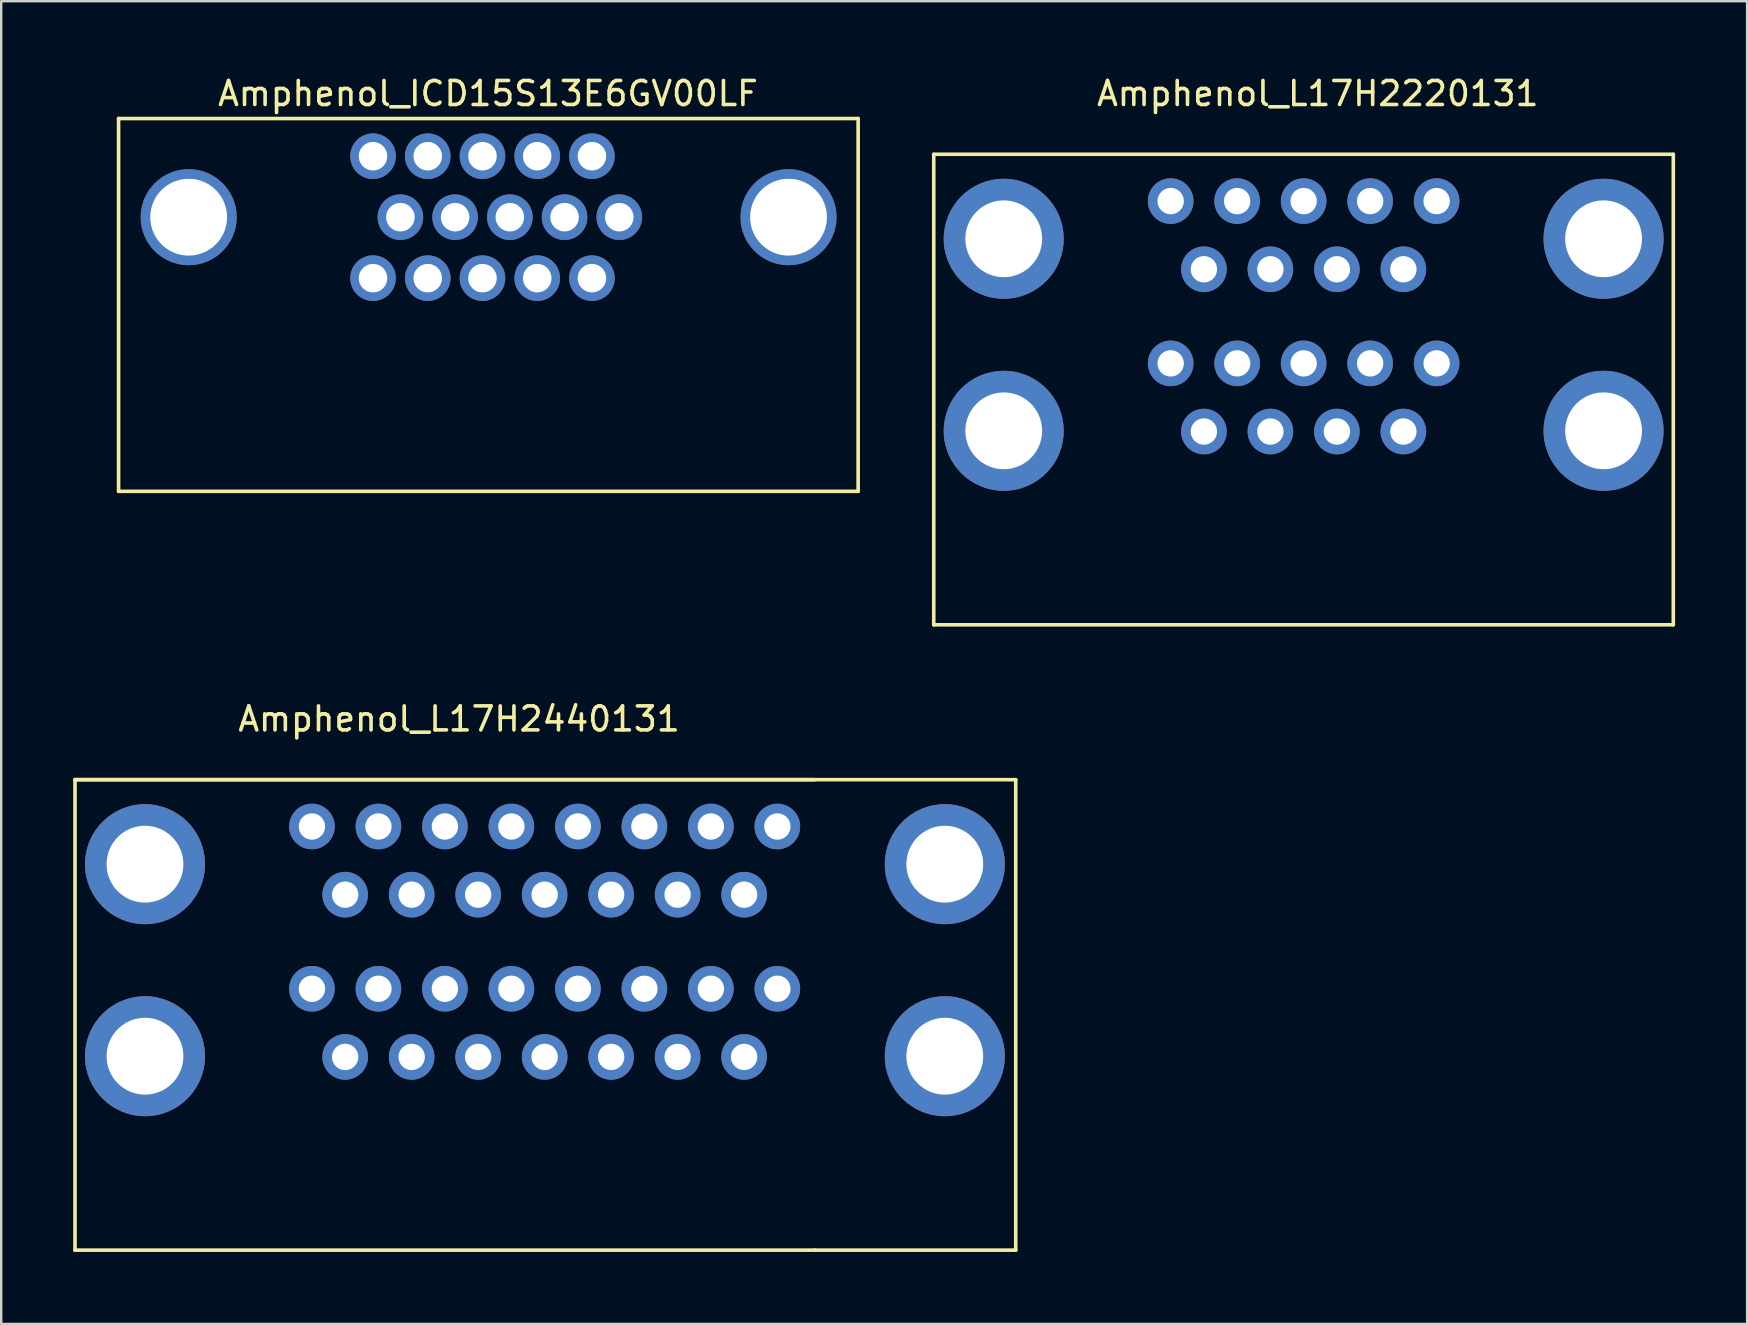
<source format=kicad_pcb>
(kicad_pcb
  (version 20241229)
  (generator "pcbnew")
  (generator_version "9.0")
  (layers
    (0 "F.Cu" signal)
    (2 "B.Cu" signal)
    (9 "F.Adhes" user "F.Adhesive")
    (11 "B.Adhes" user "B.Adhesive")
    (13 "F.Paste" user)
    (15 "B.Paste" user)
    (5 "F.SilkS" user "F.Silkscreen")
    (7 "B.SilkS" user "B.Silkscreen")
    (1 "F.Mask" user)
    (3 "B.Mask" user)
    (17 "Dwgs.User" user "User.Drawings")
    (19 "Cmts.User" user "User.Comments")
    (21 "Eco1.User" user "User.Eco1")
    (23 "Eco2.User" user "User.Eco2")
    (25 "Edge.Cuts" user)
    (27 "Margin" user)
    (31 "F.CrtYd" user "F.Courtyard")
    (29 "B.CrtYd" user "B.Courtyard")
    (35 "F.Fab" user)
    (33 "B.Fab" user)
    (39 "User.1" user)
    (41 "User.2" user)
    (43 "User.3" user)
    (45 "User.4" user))
  (footprint "Amphenol_ICD15S13E6GV00LF"
    (layer "F.Cu")
    (at 0.25 8.958)
    (property "Reference" "Amphenol_ICD15S13E6GV00LF" (at 17.03 -8.11 180) (layer "F.SilkS") (effects (font (size 1 1) (thickness 0.15))))
    (attr through_hole)
    (fp_line (start 1.64 -7.07) (end 1.64 8.46) (stroke (width 0.15) (type solid)) (layer "F.SilkS"))
    (fp_line (start 1.64 8.46) (end 32.45 8.46) (stroke (width 0.15) (type solid)) (layer "F.SilkS"))
    (fp_line (start 32.45 -7.07) (end 1.64 -7.07) (stroke (width 0.15) (type solid)) (layer "F.SilkS"))
    (fp_line (start 32.45 8.46) (end 32.45 -7.07) (stroke (width 0.15) (type solid)) (layer "F.SilkS"))
    (pad "" thru_hole circle (at 4.56 -2.96 180) (size 4 4) (drill 3.2) (layers "*.Cu" "*.Mask"))
    (pad "" thru_hole circle (at 29.55 -2.96 180) (size 4 4) (drill 3.2) (layers "*.Cu" "*.Mask"))
    (pad "1" thru_hole circle (at 21.36 -5.5 180) (size 1.9 1.9) (drill 1.19) (layers "*.Cu" "*.Mask"))
    (pad "2" thru_hole circle (at 19.08 -5.5 180) (size 1.9 1.9) (drill 1.19) (layers "*.Cu" "*.Mask"))
    (pad "3" thru_hole circle (at 16.8 -5.5 180) (size 1.9 1.9) (drill 1.19) (layers "*.Cu" "*.Mask"))
    (pad "4" thru_hole circle (at 14.52 -5.5 180) (size 1.9 1.9) (drill 1.19) (layers "*.Cu" "*.Mask"))
    (pad "5" thru_hole circle (at 12.24 -5.5 180) (size 1.9 1.9) (drill 1.19) (layers "*.Cu" "*.Mask"))
    (pad "6" thru_hole circle (at 22.5 -2.96 180) (size 1.9 1.9) (drill 1.19) (layers "*.Cu" "*.Mask"))
    (pad "7" thru_hole circle (at 20.22 -2.96 180) (size 1.9 1.9) (drill 1.19) (layers "*.Cu" "*.Mask"))
    (pad "8" thru_hole circle (at 17.94 -2.96 180) (size 1.9 1.9) (drill 1.19) (layers "*.Cu" "*.Mask"))
    (pad "9" thru_hole circle (at 15.66 -2.96 180) (size 1.9 1.9) (drill 1.19) (layers "*.Cu" "*.Mask"))
    (pad "10" thru_hole circle (at 13.38 -2.96 180) (size 1.9 1.9) (drill 1.19) (layers "*.Cu" "*.Mask"))
    (pad "11" thru_hole circle (at 21.36 -0.42 180) (size 1.9 1.9) (drill 1.19) (layers "*.Cu" "*.Mask"))
    (pad "12" thru_hole circle (at 19.08 -0.42 180) (size 1.9 1.9) (drill 1.19) (layers "*.Cu" "*.Mask"))
    (pad "13" thru_hole circle (at 16.8 -0.42 180) (size 1.9 1.9) (drill 1.19) (layers "*.Cu" "*.Mask"))
    (pad "14" thru_hole circle (at 14.52 -0.42 180) (size 1.9 1.9) (drill 1.19) (layers "*.Cu" "*.Mask"))
    (pad "15" thru_hole circle (at 12.24 -0.42 180) (size 1.9 1.9) (drill 1.19) (layers "*.Cu" "*.Mask")))
  (footprint "Amphenol_L17H2220131"
    (layer "F.Cu")
    (at 46.3 7.518)
    (property "Reference" "Amphenol_L17H2220131" (at 5.55 -6.67 0) (layer "F.SilkS") (effects (font (size 1 1) (thickness 0.15))))
    (attr through_hole)
    (fp_line (start -10.45 -4.14) (end 20.36 -4.14) (stroke (width 0.15) (type solid)) (layer "F.SilkS"))
    (fp_line (start -10.45 15.46) (end -10.45 -4.14) (stroke (width 0.15) (type solid)) (layer "F.SilkS"))
    (fp_line (start 20.36 -4.14) (end 20.36 15.46) (stroke (width 0.15) (type solid)) (layer "F.SilkS"))
    (fp_line (start 20.36 15.46) (end -10.45 15.46) (stroke (width 0.15) (type solid)) (layer "F.SilkS"))
    (pad "" thru_hole circle (at -7.535 -0.62) (size 5 5) (drill 3.2) (layers "*.Cu" "*.Mask"))
    (pad "" thru_hole circle (at -7.535 7.38) (size 5 5) (drill 3.2) (layers "*.Cu" "*.Mask"))
    (pad "" thru_hole circle (at 17.455 -0.62) (size 5 5) (drill 3.2) (layers "*.Cu" "*.Mask"))
    (pad "" thru_hole circle (at 17.455 7.38) (size 5 5) (drill 3.2) (layers "*.Cu" "*.Mask"))
    (pad "1" thru_hole circle (at 10.5 -2.19) (size 1.9 1.9) (drill 1.1) (layers "*.Cu" "*.Mask"))
    (pad "2" thru_hole circle (at 7.73 -2.19) (size 1.9 1.9) (drill 1.1) (layers "*.Cu" "*.Mask"))
    (pad "3" thru_hole circle (at 4.96 -2.19) (size 1.9 1.9) (drill 1.1) (layers "*.Cu" "*.Mask"))
    (pad "4" thru_hole circle (at 2.19 -2.19) (size 1.9 1.9) (drill 1.1) (layers "*.Cu" "*.Mask"))
    (pad "5" thru_hole circle (at -0.58 -2.19) (size 1.9 1.9) (drill 1.1) (layers "*.Cu" "*.Mask"))
    (pad "6" thru_hole circle (at 9.115 0.65) (size 1.9 1.9) (drill 1.1) (layers "*.Cu" "*.Mask"))
    (pad "7" thru_hole circle (at 6.345 0.65) (size 1.9 1.9) (drill 1.1) (layers "*.Cu" "*.Mask"))
    (pad "8" thru_hole circle (at 3.575 0.65) (size 1.9 1.9) (drill 1.1) (layers "*.Cu" "*.Mask"))
    (pad "9" thru_hole circle (at 0.805 0.65) (size 1.9 1.9) (drill 1.1) (layers "*.Cu" "*.Mask"))
    (pad "10" thru_hole circle (at 10.5 4.57) (size 1.9 1.9) (drill 1.1) (layers "*.Cu" "*.Mask"))
    (pad "11" thru_hole circle (at 7.73 4.57) (size 1.9 1.9) (drill 1.1) (layers "*.Cu" "*.Mask"))
    (pad "12" thru_hole circle (at 4.96 4.57) (size 1.9 1.9) (drill 1.1) (layers "*.Cu" "*.Mask"))
    (pad "13" thru_hole circle (at 2.19 4.57) (size 1.9 1.9) (drill 1.1) (layers "*.Cu" "*.Mask"))
    (pad "14" thru_hole circle (at -0.58 4.57) (size 1.9 1.9) (drill 1.1) (layers "*.Cu" "*.Mask"))
    (pad "15" thru_hole circle (at 9.115 7.41) (size 1.9 1.9) (drill 1.1) (layers "*.Cu" "*.Mask"))
    (pad "16" thru_hole circle (at 6.345 7.41) (size 1.9 1.9) (drill 1.1) (layers "*.Cu" "*.Mask"))
    (pad "17" thru_hole circle (at 3.575 7.41) (size 1.9 1.9) (drill 1.1) (layers "*.Cu" "*.Mask"))
    (pad "18" thru_hole circle (at 0.805 7.41) (size 1.9 1.9) (drill 1.1) (layers "*.Cu" "*.Mask")))
  (footprint "Amphenol_L17H2440131"
    (layer "F.Cu")
    (at 10.525 33.572)
    (property "Reference" "Amphenol_L17H2440131" (at 5.55 -6.67 0) (layer "F.SilkS") (effects (font (size 1 1) (thickness 0.15))))
    (attr through_hole)
    (fp_line (start -10.45 -4.14) (end 20.36 -4.14) (stroke (width 0.15) (type solid)) (layer "F.SilkS"))
    (fp_line (start -10.45 -4.14) (end 28.74 -4.14) (stroke (width 0.15) (type solid)) (layer "F.SilkS"))
    (fp_line (start -10.45 15.46) (end -10.45 -4.14) (stroke (width 0.15) (type solid)) (layer "F.SilkS"))
    (fp_line (start 20.36 15.46) (end -10.45 15.46) (stroke (width 0.15) (type solid)) (layer "F.SilkS"))
    (fp_line (start 28.74 -4.14) (end 28.74 15.46) (stroke (width 0.15) (type solid)) (layer "F.SilkS"))
    (fp_line (start 28.74 15.46) (end 20.36 15.46) (stroke (width 0.15) (type solid)) (layer "F.SilkS"))
    (pad "" thru_hole circle (at -7.535 -0.62) (size 5 5) (drill 3.2) (layers "*.Cu" "*.Mask"))
    (pad "" thru_hole circle (at -7.535 7.38) (size 5 5) (drill 3.2) (layers "*.Cu" "*.Mask"))
    (pad "" thru_hole circle (at 25.785 -0.62) (size 5 5) (drill 3.2) (layers "*.Cu" "*.Mask"))
    (pad "" thru_hole circle (at 25.785 7.38) (size 5 5) (drill 3.2) (layers "*.Cu" "*.Mask"))
    (pad "1" thru_hole circle (at 18.81 -2.19) (size 1.9 1.9) (drill 1.1) (layers "*.Cu" "*.Mask"))
    (pad "2" thru_hole circle (at 16.04 -2.19) (size 1.9 1.9) (drill 1.1) (layers "*.Cu" "*.Mask"))
    (pad "3" thru_hole circle (at 13.27 -2.19) (size 1.9 1.9) (drill 1.1) (layers "*.Cu" "*.Mask"))
    (pad "4" thru_hole circle (at 10.5 -2.19) (size 1.9 1.9) (drill 1.1) (layers "*.Cu" "*.Mask"))
    (pad "5" thru_hole circle (at 7.73 -2.19) (size 1.9 1.9) (drill 1.1) (layers "*.Cu" "*.Mask"))
    (pad "6" thru_hole circle (at 4.96 -2.19) (size 1.9 1.9) (drill 1.1) (layers "*.Cu" "*.Mask"))
    (pad "7" thru_hole circle (at 2.19 -2.19) (size 1.9 1.9) (drill 1.1) (layers "*.Cu" "*.Mask"))
    (pad "8" thru_hole circle (at -0.58 -2.19) (size 1.9 1.9) (drill 1.1) (layers "*.Cu" "*.Mask"))
    (pad "9" thru_hole circle (at 17.425 0.65) (size 1.9 1.9) (drill 1.1) (layers "*.Cu" "*.Mask"))
    (pad "10" thru_hole circle (at 14.655 0.65) (size 1.9 1.9) (drill 1.1) (layers "*.Cu" "*.Mask"))
    (pad "11" thru_hole circle (at 11.885 0.65) (size 1.9 1.9) (drill 1.1) (layers "*.Cu" "*.Mask"))
    (pad "12" thru_hole circle (at 9.115 0.65) (size 1.9 1.9) (drill 1.1) (layers "*.Cu" "*.Mask"))
    (pad "13" thru_hole circle (at 6.345 0.65) (size 1.9 1.9) (drill 1.1) (layers "*.Cu" "*.Mask"))
    (pad "14" thru_hole circle (at 3.575 0.65) (size 1.9 1.9) (drill 1.1) (layers "*.Cu" "*.Mask"))
    (pad "15" thru_hole circle (at 0.805 0.65) (size 1.9 1.9) (drill 1.1) (layers "*.Cu" "*.Mask"))
    (pad "16" thru_hole circle (at 18.81 4.57) (size 1.9 1.9) (drill 1.1) (layers "*.Cu" "*.Mask"))
    (pad "17" thru_hole circle (at 16.04 4.57) (size 1.9 1.9) (drill 1.1) (layers "*.Cu" "*.Mask"))
    (pad "18" thru_hole circle (at 13.27 4.57) (size 1.9 1.9) (drill 1.1) (layers "*.Cu" "*.Mask"))
    (pad "19" thru_hole circle (at 10.5 4.57) (size 1.9 1.9) (drill 1.1) (layers "*.Cu" "*.Mask"))
    (pad "20" thru_hole circle (at 7.73 4.57) (size 1.9 1.9) (drill 1.1) (layers "*.Cu" "*.Mask"))
    (pad "21" thru_hole circle (at 4.96 4.57) (size 1.9 1.9) (drill 1.1) (layers "*.Cu" "*.Mask"))
    (pad "22" thru_hole circle (at 2.19 4.57) (size 1.9 1.9) (drill 1.1) (layers "*.Cu" "*.Mask"))
    (pad "23" thru_hole circle (at -0.58 4.57) (size 1.9 1.9) (drill 1.1) (layers "*.Cu" "*.Mask"))
    (pad "24" thru_hole circle (at 17.425 7.41) (size 1.9 1.9) (drill 1.1) (layers "*.Cu" "*.Mask"))
    (pad "25" thru_hole circle (at 14.655 7.41) (size 1.9 1.9) (drill 1.1) (layers "*.Cu" "*.Mask"))
    (pad "26" thru_hole circle (at 11.885 7.41) (size 1.9 1.9) (drill 1.1) (layers "*.Cu" "*.Mask"))
    (pad "27" thru_hole circle (at 9.115 7.41) (size 1.9 1.9) (drill 1.1) (layers "*.Cu" "*.Mask"))
    (pad "28" thru_hole circle (at 6.345 7.41) (size 1.9 1.9) (drill 1.1) (layers "*.Cu" "*.Mask"))
    (pad "29" thru_hole circle (at 3.575 7.41) (size 1.9 1.9) (drill 1.1) (layers "*.Cu" "*.Mask"))
    (pad "30" thru_hole circle (at 0.805 7.41) (size 1.9 1.9) (drill 1.1) (layers "*.Cu" "*.Mask")))
  (gr_rect
    (start -3 -3)
    (end 69.735 52.106)
    (stroke (width 0.1) (type default))
    (fill no)
    (layer "Edge.Cuts")))
</source>
